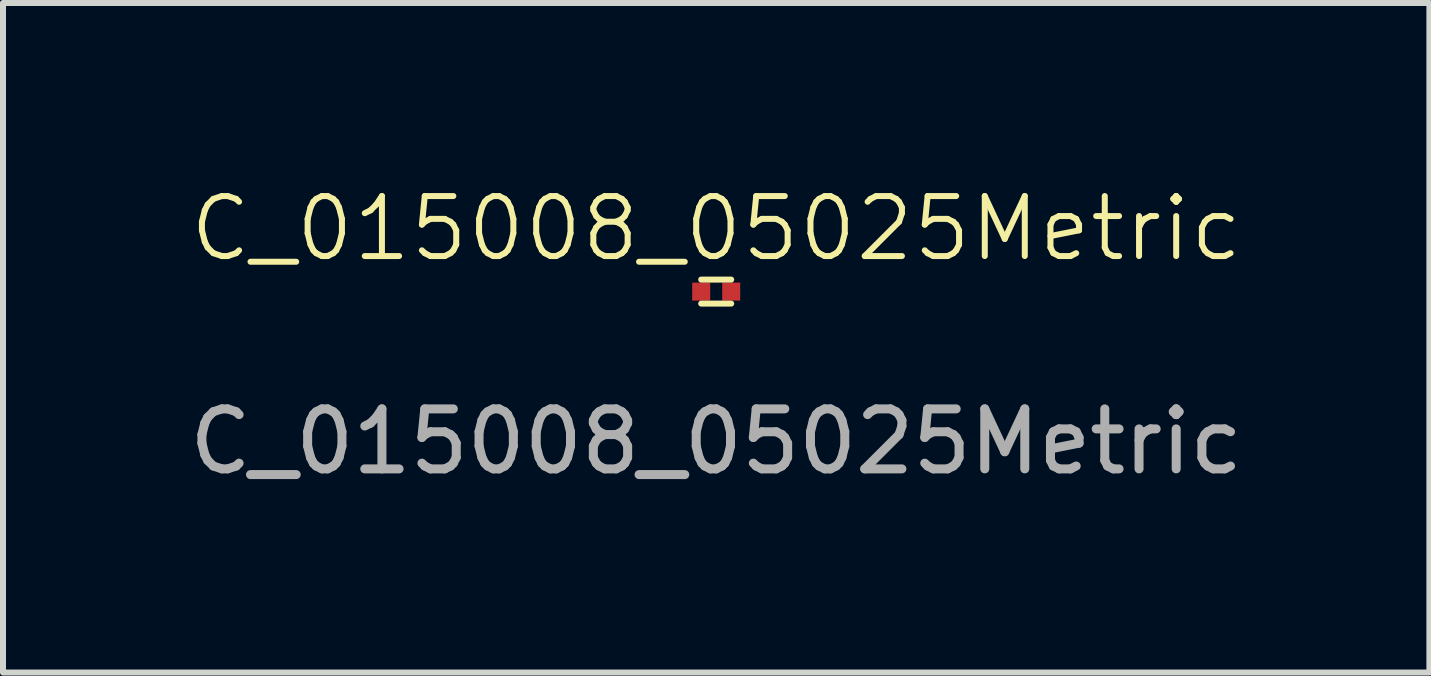
<source format=kicad_pcb>
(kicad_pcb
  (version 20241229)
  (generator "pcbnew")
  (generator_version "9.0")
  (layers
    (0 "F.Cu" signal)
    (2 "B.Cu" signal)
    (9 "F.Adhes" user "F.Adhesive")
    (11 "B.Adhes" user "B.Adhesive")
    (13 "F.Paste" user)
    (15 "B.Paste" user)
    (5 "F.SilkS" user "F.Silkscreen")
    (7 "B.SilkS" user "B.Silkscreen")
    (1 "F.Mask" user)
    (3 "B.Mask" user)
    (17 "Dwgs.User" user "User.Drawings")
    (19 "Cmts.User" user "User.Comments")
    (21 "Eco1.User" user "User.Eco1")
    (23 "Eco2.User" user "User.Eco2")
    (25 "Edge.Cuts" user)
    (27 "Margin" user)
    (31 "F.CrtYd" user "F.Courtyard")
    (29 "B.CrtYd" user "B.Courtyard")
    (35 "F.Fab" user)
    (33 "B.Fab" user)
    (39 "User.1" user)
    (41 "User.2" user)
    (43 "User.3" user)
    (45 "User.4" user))
  (footprint "C_015008_05025Metric"
    (layer "F.Cu")
    (at 8.887 1.81)
    (property "Reference" "C_015008_05025Metric" (at 0 -1.05 0) (unlocked yes) (layer "F.SilkS") (effects (font (size 1 1) (thickness 0.1))))
    (attr smd)
    (fp_line (start -0.25 -0.2) (end 0.25 -0.2) (stroke (width 0.1) (type default)) (layer "F.SilkS"))
    (fp_line (start -0.25 0.2) (end 0.25 0.2) (stroke (width 0.1) (type default)) (layer "F.SilkS"))
    (fp_text user "${REFERENCE}" (at 0 2.5 0) (unlocked yes) (layer "F.Fab") (effects (font (size 1 1) (thickness 0.15))))
    (pad "1" smd rect (at -0.25 0) (size 0.3 0.3) (layers "F.Cu" "F.Mask" "F.Paste"))
    (pad "2" smd rect (at 0.25 0) (size 0.3 0.3) (layers "F.Cu" "F.Mask" "F.Paste")))
  (gr_rect
    (start -3 -3)
    (end 20.774 8.159)
    (stroke (width 0.1) (type default))
    (fill no)
    (layer "Edge.Cuts")))
</source>
